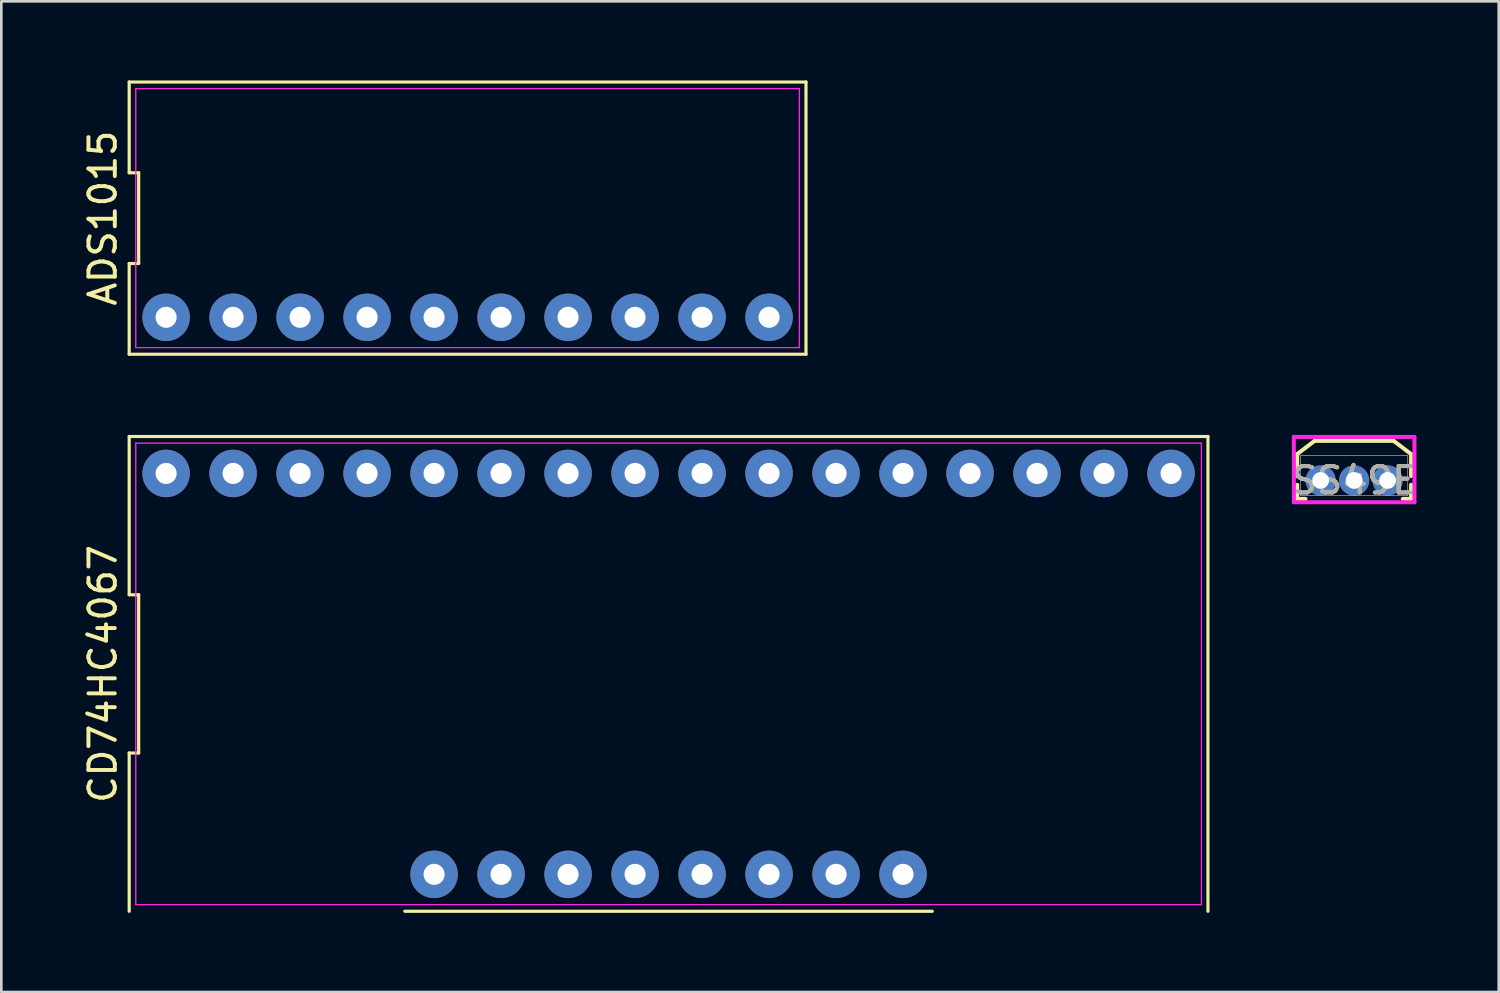
<source format=kicad_pcb>
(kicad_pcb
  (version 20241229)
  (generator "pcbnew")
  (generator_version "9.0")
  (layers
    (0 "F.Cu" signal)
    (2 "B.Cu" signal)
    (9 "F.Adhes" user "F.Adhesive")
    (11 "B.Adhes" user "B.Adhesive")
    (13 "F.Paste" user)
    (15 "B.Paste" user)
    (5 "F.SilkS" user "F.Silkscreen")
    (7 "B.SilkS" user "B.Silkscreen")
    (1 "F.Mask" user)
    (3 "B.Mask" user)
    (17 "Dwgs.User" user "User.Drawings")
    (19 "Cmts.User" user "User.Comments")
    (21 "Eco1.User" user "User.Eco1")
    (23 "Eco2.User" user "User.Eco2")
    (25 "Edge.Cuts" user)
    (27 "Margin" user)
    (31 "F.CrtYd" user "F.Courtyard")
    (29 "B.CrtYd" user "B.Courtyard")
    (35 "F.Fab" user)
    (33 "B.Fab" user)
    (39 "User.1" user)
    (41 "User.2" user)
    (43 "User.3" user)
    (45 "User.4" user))
  (footprint "SS49E"
    (layer "F.Cu")
    (at 48.29 15.166)
    (property "Reference" "SS49E" (at 0 0 0) (unlocked yes) (layer "F.SilkS") (effects (font (size 1 1) (thickness 0.15))))
    (attr through_hole)
    (fp_line (start -2.159 -1) (end -2.159 -0.165) (stroke (width 0.152) (type solid)) (layer "F.SilkS"))
    (fp_line (start -2.159 0.165) (end -2.159 0.699) (stroke (width 0.152) (type solid)) (layer "F.SilkS"))
    (fp_line (start -2.159 0.699) (end -1.844 0.699) (stroke (width 0.152) (type solid)) (layer "F.SilkS"))
    (fp_line (start -1.5 -1.5) (end -2.159 -1) (stroke (width 0.152) (type solid)) (layer "F.SilkS"))
    (fp_line (start 1.5 -1.5) (end -1.5 -1.5) (stroke (width 0.152) (type solid)) (layer "F.SilkS"))
    (fp_line (start 1.5 -1.5) (end 2.159 -1) (stroke (width 0.152) (type solid)) (layer "F.SilkS"))
    (fp_line (start 1.844 0.699) (end 2.159 0.699) (stroke (width 0.152) (type solid)) (layer "F.SilkS"))
    (fp_line (start 2.159 -0.165) (end 2.159 -1) (stroke (width 0.152) (type solid)) (layer "F.SilkS"))
    (fp_line (start 2.159 0.699) (end 2.159 0.165) (stroke (width 0.152) (type solid)) (layer "F.SilkS"))
    (fp_line (start -2.286 -1.65) (end -2.286 0.826) (stroke (width 0.152) (type solid)) (layer "F.CrtYd"))
    (fp_line (start -2.286 0.826) (end 2.286 0.826) (stroke (width 0.152) (type solid)) (layer "F.CrtYd"))
    (fp_line (start 2.286 -1.65) (end -2.286 -1.65) (stroke (width 0.152) (type solid)) (layer "F.CrtYd"))
    (fp_line (start 2.286 0.826) (end 2.286 -1.65) (stroke (width 0.152) (type solid)) (layer "F.CrtYd"))
    (fp_line (start -2.032 -0.953) (end -2.032 0.572) (stroke (width 0.025) (type solid)) (layer "F.Fab"))
    (fp_line (start -2.032 0.572) (end 2.032 0.572) (stroke (width 0.025) (type solid)) (layer "F.Fab"))
    (fp_line (start 2.032 -0.953) (end -2.032 -0.953) (stroke (width 0.025) (type solid)) (layer "F.Fab"))
    (fp_line (start 2.032 0.572) (end 2.032 -0.953) (stroke (width 0.025) (type solid)) (layer "F.Fab"))
    (fp_text user "${REFERENCE}" (at 0 0 0) (unlocked yes) (layer "F.Fab") (effects (font (size 1 1) (thickness 0.15))))
    (pad "1" thru_hole circle (at 1.27 0) (size 1.143 1.143) (drill 0.635) (layers "*.Cu" "*.Mask"))
    (pad "2" thru_hole circle (at 0 0) (size 1.143 1.143) (drill 0.635) (layers "*.Cu" "*.Mask"))
    (pad "3" thru_hole circle (at -1.27 0) (size 1.143 1.143) (drill 0.635) (layers "*.Cu" "*.Mask")))
  (footprint "ADS1015"
    (layer "F.Cu")
    (at 14.678 5.22)
    (property "Reference" "ADS1015" (at -13.83 0 90) (layer "F.SilkS") (effects (font (size 1 1) (thickness 0.15))))
    (attr through_hole)
    (fp_line (start -12.83 -5.16) (end -12.83 -1.72) (stroke (width 0.12) (type default)) (layer "F.SilkS"))
    (fp_line (start -12.83 -1.72) (end -12.47 -1.72) (stroke (width 0.12) (type default)) (layer "F.SilkS"))
    (fp_line (start -12.83 1.72) (end -12.83 5.16) (stroke (width 0.12) (type default)) (layer "F.SilkS"))
    (fp_line (start -12.83 5.16) (end 12.83 5.16) (stroke (width 0.12) (type default)) (layer "F.SilkS"))
    (fp_line (start -12.47 -1.72) (end -12.47 1.72) (stroke (width 0.12) (type default)) (layer "F.SilkS"))
    (fp_line (start -12.47 1.72) (end -12.83 1.72) (stroke (width 0.12) (type default)) (layer "F.SilkS"))
    (fp_line (start 12.83 -5.16) (end -12.83 -5.16) (stroke (width 0.12) (type default)) (layer "F.SilkS"))
    (fp_line (start 12.83 5.16) (end 12.83 -5.16) (stroke (width 0.12) (type default)) (layer "F.SilkS"))
    (fp_line (start -12.58 -4.91) (end 12.58 -4.91) (stroke (width 0.05) (type default)) (layer "F.CrtYd"))
    (fp_line (start -12.58 4.91) (end -12.58 -4.91) (stroke (width 0.05) (type default)) (layer "F.CrtYd"))
    (fp_line (start 12.58 -4.91) (end 12.58 4.91) (stroke (width 0.05) (type default)) (layer "F.CrtYd"))
    (fp_line (start 12.58 4.91) (end -12.58 4.91) (stroke (width 0.05) (type default)) (layer "F.CrtYd"))
    (pad "1" thru_hole circle (at 1.27 3.76) (size 1.8 1.8) (drill 0.8) (layers "*.Cu" "*.Mask"))
    (pad "2" thru_hole circle (at -1.27 3.76) (size 1.8 1.8) (drill 0.8) (layers "*.Cu" "*.Mask"))
    (pad "3" thru_hole circle (at 8.89 3.76) (size 1.8 1.8) (drill 0.8) (layers "*.Cu" "*.Mask"))
    (pad "4" thru_hole circle (at -3.81 3.76) (size 1.8 1.8) (drill 0.8) (layers "*.Cu" "*.Mask"))
    (pad "5" thru_hole circle (at -6.35 3.76) (size 1.8 1.8) (drill 0.8) (layers "*.Cu" "*.Mask"))
    (pad "6" thru_hole circle (at -8.89 3.76) (size 1.8 1.8) (drill 0.8) (layers "*.Cu" "*.Mask"))
    (pad "7" thru_hole circle (at -11.43 3.76) (size 1.8 1.8) (drill 0.8) (layers "*.Cu" "*.Mask"))
    (pad "8" thru_hole circle (at 11.43 3.76) (size 1.8 1.8) (drill 0.8) (layers "*.Cu" "*.Mask"))
    (pad "9" thru_hole circle (at 3.81 3.76) (size 1.8 1.8) (drill 0.8) (layers "*.Cu" "*.Mask"))
    (pad "10" thru_hole circle (at 6.35 3.76) (size 1.8 1.8) (drill 0.8) (layers "*.Cu" "*.Mask")))
  (footprint "CD74HC4067"
    (layer "F.Cu")
    (at 22.298 22.5)
    (property "Reference" "CD74HC4067" (at -21.45 0 90) (layer "F.SilkS") (effects (font (size 1 1) (thickness 0.15))))
    (attr through_hole)
    (fp_line (start -20.45 -9) (end -20.45 -3) (stroke (width 0.12) (type default)) (layer "F.SilkS"))
    (fp_line (start -20.45 -3) (end -20.09 -3) (stroke (width 0.12) (type default)) (layer "F.SilkS"))
    (fp_line (start -20.45 3) (end -20.45 9) (stroke (width 0.12) (type default)) (layer "F.SilkS"))
    (fp_line (start -20.09 -3) (end -20.09 3) (stroke (width 0.12) (type default)) (layer "F.SilkS"))
    (fp_line (start -20.09 3) (end -20.45 3) (stroke (width 0.12) (type default)) (layer "F.SilkS"))
    (fp_line (start -10 9) (end 10 9) (stroke (width 0.12) (type default)) (layer "F.SilkS"))
    (fp_line (start 20.45 -9) (end -20.45 -9) (stroke (width 0.12) (type default)) (layer "F.SilkS"))
    (fp_line (start 20.45 9) (end 20.45 -9) (stroke (width 0.12) (type default)) (layer "F.SilkS"))
    (fp_line (start -20.2 -8.75) (end 20.2 -8.75) (stroke (width 0.05) (type default)) (layer "F.CrtYd"))
    (fp_line (start -20.2 8.75) (end -20.2 -8.75) (stroke (width 0.05) (type default)) (layer "F.CrtYd"))
    (fp_line (start 20.2 -8.75) (end 20.2 8.75) (stroke (width 0.05) (type default)) (layer "F.CrtYd"))
    (fp_line (start 20.2 8.75) (end -20.2 8.75) (stroke (width 0.05) (type default)) (layer "F.CrtYd"))
    (pad "1" thru_hole circle (at 8.89 7.6) (size 1.8 1.8) (drill 0.8) (layers "*.Cu" "*.Mask"))
    (pad "2" thru_hole circle (at -1.27 -7.6) (size 1.8 1.8) (drill 0.8) (layers "*.Cu" "*.Mask"))
    (pad "3" thru_hole circle (at -3.81 -7.6) (size 1.8 1.8) (drill 0.8) (layers "*.Cu" "*.Mask"))
    (pad "4" thru_hole circle (at -6.35 -7.6) (size 1.8 1.8) (drill 0.8) (layers "*.Cu" "*.Mask"))
    (pad "5" thru_hole circle (at -8.89 -7.6) (size 1.8 1.8) (drill 0.8) (layers "*.Cu" "*.Mask"))
    (pad "6" thru_hole circle (at -11.43 -7.6) (size 1.8 1.8) (drill 0.8) (layers "*.Cu" "*.Mask"))
    (pad "7" thru_hole circle (at -13.97 -7.6) (size 1.8 1.8) (drill 0.8) (layers "*.Cu" "*.Mask"))
    (pad "8" thru_hole circle (at -16.51 -7.6) (size 1.8 1.8) (drill 0.8) (layers "*.Cu" "*.Mask"))
    (pad "9" thru_hole circle (at -19.05 -7.6) (size 1.8 1.8) (drill 0.8) (layers "*.Cu" "*.Mask"))
    (pad "10" thru_hole circle (at -1.27 7.6) (size 1.8 1.8) (drill 0.8) (layers "*.Cu" "*.Mask"))
    (pad "11" thru_hole circle (at 1.27 7.6) (size 1.8 1.8) (drill 0.8) (layers "*.Cu" "*.Mask"))
    (pad "12" thru_hole circle (at -8.89 7.6) (size 1.8 1.8) (drill 0.8) (layers "*.Cu" "*.Mask"))
    (pad "13" thru_hole circle (at 6.35 7.6) (size 1.8 1.8) (drill 0.8) (layers "*.Cu" "*.Mask"))
    (pad "14" thru_hole circle (at 3.81 7.6) (size 1.8 1.8) (drill 0.8) (layers "*.Cu" "*.Mask"))
    (pad "15" thru_hole circle (at -3.81 7.6) (size 1.8 1.8) (drill 0.8) (layers "*.Cu" "*.Mask"))
    (pad "16" thru_hole circle (at 19.05 -7.6) (size 1.8 1.8) (drill 0.8) (layers "*.Cu" "*.Mask"))
    (pad "17" thru_hole circle (at 16.51 -7.6) (size 1.8 1.8) (drill 0.8) (layers "*.Cu" "*.Mask"))
    (pad "18" thru_hole circle (at 13.97 -7.6) (size 1.8 1.8) (drill 0.8) (layers "*.Cu" "*.Mask"))
    (pad "19" thru_hole circle (at 11.43 -7.6) (size 1.8 1.8) (drill 0.8) (layers "*.Cu" "*.Mask"))
    (pad "20" thru_hole circle (at 8.89 -7.6) (size 1.8 1.8) (drill 0.8) (layers "*.Cu" "*.Mask"))
    (pad "21" thru_hole circle (at 6.35 -7.6) (size 1.8 1.8) (drill 0.8) (layers "*.Cu" "*.Mask"))
    (pad "22" thru_hole circle (at 3.81 -7.6) (size 1.8 1.8) (drill 0.8) (layers "*.Cu" "*.Mask"))
    (pad "23" thru_hole circle (at 1.27 -7.6) (size 1.8 1.8) (drill 0.8) (layers "*.Cu" "*.Mask"))
    (pad "24" thru_hole circle (at -6.35 7.6) (size 1.8 1.8) (drill 0.8) (layers "*.Cu" "*.Mask")))
  (gr_rect
    (start -3 -3)
    (end 53.773 34.56)
    (stroke (width 0.1) (type default))
    (fill no)
    (layer "Edge.Cuts")))
</source>
